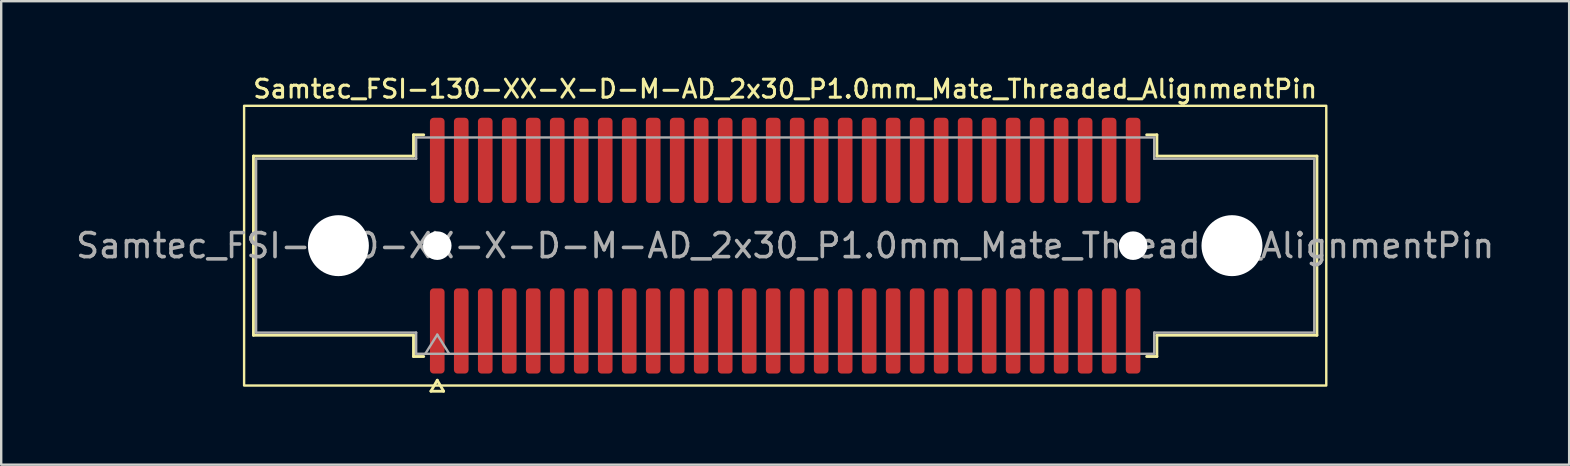
<source format=kicad_pcb>
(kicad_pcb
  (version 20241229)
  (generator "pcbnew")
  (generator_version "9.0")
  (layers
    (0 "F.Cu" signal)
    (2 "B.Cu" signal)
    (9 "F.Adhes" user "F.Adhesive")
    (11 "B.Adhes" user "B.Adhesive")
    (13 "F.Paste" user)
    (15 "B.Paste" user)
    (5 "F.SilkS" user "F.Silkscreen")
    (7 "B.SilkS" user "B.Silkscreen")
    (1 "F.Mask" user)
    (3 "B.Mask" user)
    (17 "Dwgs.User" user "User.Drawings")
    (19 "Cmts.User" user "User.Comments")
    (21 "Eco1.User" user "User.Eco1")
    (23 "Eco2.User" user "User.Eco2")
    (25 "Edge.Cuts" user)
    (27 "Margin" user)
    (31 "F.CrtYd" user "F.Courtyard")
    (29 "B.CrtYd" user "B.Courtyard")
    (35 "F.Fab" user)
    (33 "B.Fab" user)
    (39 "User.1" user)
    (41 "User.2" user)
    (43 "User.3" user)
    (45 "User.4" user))
  (footprint "Samtec_FSI-130-XX-X-D-M-AD_2x30_P1.0mm_Mate_Threaded_AlignmentPin"
    (layer "F.Cu")
    (at 29.673 7.188)
    (property "Reference" "Samtec_FSI-130-XX-X-D-M-AD_2x30_P1.0mm_Mate_Threaded_AlignmentPin" (at 0 -6.53 0) (layer "F.SilkS") (effects (font (size 0.75 0.75) (thickness 0.125))))
    (attr exclude_from_pos_files exclude_from_bom)
    (fp_line (start -22.16 -3.733) (end -15.49 -3.733) (stroke (width 0.12) (type solid)) (layer "F.SilkS"))
    (fp_line (start -22.16 3.733) (end -22.16 -3.733) (stroke (width 0.12) (type solid)) (layer "F.SilkS"))
    (fp_line (start -15.49 -4.619) (end -15.065 -4.619) (stroke (width 0.12) (type solid)) (layer "F.SilkS"))
    (fp_line (start -15.49 -3.733) (end -15.49 -4.619) (stroke (width 0.12) (type solid)) (layer "F.SilkS"))
    (fp_line (start -15.49 3.733) (end -22.16 3.733) (stroke (width 0.12) (type solid)) (layer "F.SilkS"))
    (fp_line (start -15.49 4.619) (end -15.49 3.733) (stroke (width 0.12) (type solid)) (layer "F.SilkS"))
    (fp_line (start -15.065 4.619) (end -15.49 4.619) (stroke (width 0.12) (type solid)) (layer "F.SilkS"))
    (fp_line (start -14.764 6.066) (end -14.5 5.609) (stroke (width 0.12) (type solid)) (layer "F.SilkS"))
    (fp_line (start -14.5 5.609) (end -14.236 6.066) (stroke (width 0.12) (type solid)) (layer "F.SilkS"))
    (fp_line (start -14.236 6.066) (end -14.764 6.066) (stroke (width 0.12) (type solid)) (layer "F.SilkS"))
    (fp_line (start 15.065 -4.619) (end 15.49 -4.619) (stroke (width 0.12) (type solid)) (layer "F.SilkS"))
    (fp_line (start 15.49 -4.619) (end 15.49 -3.733) (stroke (width 0.12) (type solid)) (layer "F.SilkS"))
    (fp_line (start 15.49 -3.733) (end 22.16 -3.733) (stroke (width 0.12) (type solid)) (layer "F.SilkS"))
    (fp_line (start 15.49 3.733) (end 15.49 4.619) (stroke (width 0.12) (type solid)) (layer "F.SilkS"))
    (fp_line (start 15.49 4.619) (end 15.065 4.619) (stroke (width 0.12) (type solid)) (layer "F.SilkS"))
    (fp_line (start 22.16 -3.733) (end 22.16 3.733) (stroke (width 0.12) (type solid)) (layer "F.SilkS"))
    (fp_line (start 22.16 3.733) (end 15.49 3.733) (stroke (width 0.12) (type solid)) (layer "F.SilkS"))
    (fp_rect (start -22.55 -5.83) (end 22.55 5.83) (stroke (width 0.1) (type solid)) (fill no) (layer "F.SilkS"))
    (fp_line (start -22.05 -3.623) (end -15.38 -3.623) (stroke (width 0.1) (type solid)) (layer "F.Fab"))
    (fp_line (start -22.05 3.623) (end -22.05 -3.623) (stroke (width 0.1) (type solid)) (layer "F.Fab"))
    (fp_line (start -15.38 -4.508) (end 15.38 -4.508) (stroke (width 0.1) (type solid)) (layer "F.Fab"))
    (fp_line (start -15.38 -3.623) (end -15.38 -4.508) (stroke (width 0.1) (type solid)) (layer "F.Fab"))
    (fp_line (start -15.38 3.623) (end -22.05 3.623) (stroke (width 0.1) (type solid)) (layer "F.Fab"))
    (fp_line (start -15.38 4.508) (end -15.38 3.623) (stroke (width 0.1) (type solid)) (layer "F.Fab"))
    (fp_line (start -15 4.508) (end -14.5 3.708) (stroke (width 0.1) (type solid)) (layer "F.Fab"))
    (fp_line (start -14.5 3.708) (end -14 4.508) (stroke (width 0.1) (type solid)) (layer "F.Fab"))
    (fp_line (start 15.38 -4.508) (end 15.38 -3.623) (stroke (width 0.1) (type solid)) (layer "F.Fab"))
    (fp_line (start 15.38 -3.623) (end 22.05 -3.623) (stroke (width 0.1) (type solid)) (layer "F.Fab"))
    (fp_line (start 15.38 3.623) (end 15.38 4.508) (stroke (width 0.1) (type solid)) (layer "F.Fab"))
    (fp_line (start 15.38 4.508) (end -15.38 4.508) (stroke (width 0.1) (type solid)) (layer "F.Fab"))
    (fp_line (start 22.05 -3.623) (end 22.05 3.623) (stroke (width 0.1) (type solid)) (layer "F.Fab"))
    (fp_line (start 22.05 3.623) (end 15.38 3.623) (stroke (width 0.1) (type solid)) (layer "F.Fab"))
    (fp_text user "${REFERENCE}" (at 0 0 0) (layer "F.Fab") (effects (font (size 1 1) (thickness 0.15))))
    (pad "" np_thru_hole circle (at -18.62 0) (size 2.54 2.54) (drill 2.54) (layers "*.Cu" "*.Mask"))
    (pad "" np_thru_hole circle (at -14.5 0) (size 1.19 1.19) (drill 1.19) (layers "*.Cu" "*.Mask"))
    (pad "" np_thru_hole circle (at 14.5 0) (size 1.19 1.19) (drill 1.19) (layers "*.Cu" "*.Mask"))
    (pad "" np_thru_hole circle (at 18.62 0) (size 2.54 2.54) (drill 2.54) (layers "*.Cu" "*.Mask"))
    (pad "1" smd roundrect (at -14.5 3.555) (size 0.61 3.55) (layers "F.Cu" "F.Mask") (roundrect_rratio 0.25))
    (pad "2" smd roundrect (at -14.5 -3.555) (size 0.61 3.55) (layers "F.Cu" "F.Mask") (roundrect_rratio 0.25))
    (pad "3" smd roundrect (at -13.5 3.555) (size 0.61 3.55) (layers "F.Cu" "F.Mask") (roundrect_rratio 0.25))
    (pad "4" smd roundrect (at -13.5 -3.555) (size 0.61 3.55) (layers "F.Cu" "F.Mask") (roundrect_rratio 0.25))
    (pad "5" smd roundrect (at -12.5 3.555) (size 0.61 3.55) (layers "F.Cu" "F.Mask") (roundrect_rratio 0.25))
    (pad "6" smd roundrect (at -12.5 -3.555) (size 0.61 3.55) (layers "F.Cu" "F.Mask") (roundrect_rratio 0.25))
    (pad "7" smd roundrect (at -11.5 3.555) (size 0.61 3.55) (layers "F.Cu" "F.Mask") (roundrect_rratio 0.25))
    (pad "8" smd roundrect (at -11.5 -3.555) (size 0.61 3.55) (layers "F.Cu" "F.Mask") (roundrect_rratio 0.25))
    (pad "9" smd roundrect (at -10.5 3.555) (size 0.61 3.55) (layers "F.Cu" "F.Mask") (roundrect_rratio 0.25))
    (pad "10" smd roundrect (at -10.5 -3.555) (size 0.61 3.55) (layers "F.Cu" "F.Mask") (roundrect_rratio 0.25))
    (pad "11" smd roundrect (at -9.5 3.555) (size 0.61 3.55) (layers "F.Cu" "F.Mask") (roundrect_rratio 0.25))
    (pad "12" smd roundrect (at -9.5 -3.555) (size 0.61 3.55) (layers "F.Cu" "F.Mask") (roundrect_rratio 0.25))
    (pad "13" smd roundrect (at -8.5 3.555) (size 0.61 3.55) (layers "F.Cu" "F.Mask") (roundrect_rratio 0.25))
    (pad "14" smd roundrect (at -8.5 -3.555) (size 0.61 3.55) (layers "F.Cu" "F.Mask") (roundrect_rratio 0.25))
    (pad "15" smd roundrect (at -7.5 3.555) (size 0.61 3.55) (layers "F.Cu" "F.Mask") (roundrect_rratio 0.25))
    (pad "16" smd roundrect (at -7.5 -3.555) (size 0.61 3.55) (layers "F.Cu" "F.Mask") (roundrect_rratio 0.25))
    (pad "17" smd roundrect (at -6.5 3.555) (size 0.61 3.55) (layers "F.Cu" "F.Mask") (roundrect_rratio 0.25))
    (pad "18" smd roundrect (at -6.5 -3.555) (size 0.61 3.55) (layers "F.Cu" "F.Mask") (roundrect_rratio 0.25))
    (pad "19" smd roundrect (at -5.5 3.555) (size 0.61 3.55) (layers "F.Cu" "F.Mask") (roundrect_rratio 0.25))
    (pad "20" smd roundrect (at -5.5 -3.555) (size 0.61 3.55) (layers "F.Cu" "F.Mask") (roundrect_rratio 0.25))
    (pad "21" smd roundrect (at -4.5 3.555) (size 0.61 3.55) (layers "F.Cu" "F.Mask") (roundrect_rratio 0.25))
    (pad "22" smd roundrect (at -4.5 -3.555) (size 0.61 3.55) (layers "F.Cu" "F.Mask") (roundrect_rratio 0.25))
    (pad "23" smd roundrect (at -3.5 3.555) (size 0.61 3.55) (layers "F.Cu" "F.Mask") (roundrect_rratio 0.25))
    (pad "24" smd roundrect (at -3.5 -3.555) (size 0.61 3.55) (layers "F.Cu" "F.Mask") (roundrect_rratio 0.25))
    (pad "25" smd roundrect (at -2.5 3.555) (size 0.61 3.55) (layers "F.Cu" "F.Mask") (roundrect_rratio 0.25))
    (pad "26" smd roundrect (at -2.5 -3.555) (size 0.61 3.55) (layers "F.Cu" "F.Mask") (roundrect_rratio 0.25))
    (pad "27" smd roundrect (at -1.5 3.555) (size 0.61 3.55) (layers "F.Cu" "F.Mask") (roundrect_rratio 0.25))
    (pad "28" smd roundrect (at -1.5 -3.555) (size 0.61 3.55) (layers "F.Cu" "F.Mask") (roundrect_rratio 0.25))
    (pad "29" smd roundrect (at -0.5 3.555) (size 0.61 3.55) (layers "F.Cu" "F.Mask") (roundrect_rratio 0.25))
    (pad "30" smd roundrect (at -0.5 -3.555) (size 0.61 3.55) (layers "F.Cu" "F.Mask") (roundrect_rratio 0.25))
    (pad "31" smd roundrect (at 0.5 3.555) (size 0.61 3.55) (layers "F.Cu" "F.Mask") (roundrect_rratio 0.25))
    (pad "32" smd roundrect (at 0.5 -3.555) (size 0.61 3.55) (layers "F.Cu" "F.Mask") (roundrect_rratio 0.25))
    (pad "33" smd roundrect (at 1.5 3.555) (size 0.61 3.55) (layers "F.Cu" "F.Mask") (roundrect_rratio 0.25))
    (pad "34" smd roundrect (at 1.5 -3.555) (size 0.61 3.55) (layers "F.Cu" "F.Mask") (roundrect_rratio 0.25))
    (pad "35" smd roundrect (at 2.5 3.555) (size 0.61 3.55) (layers "F.Cu" "F.Mask") (roundrect_rratio 0.25))
    (pad "36" smd roundrect (at 2.5 -3.555) (size 0.61 3.55) (layers "F.Cu" "F.Mask") (roundrect_rratio 0.25))
    (pad "37" smd roundrect (at 3.5 3.555) (size 0.61 3.55) (layers "F.Cu" "F.Mask") (roundrect_rratio 0.25))
    (pad "38" smd roundrect (at 3.5 -3.555) (size 0.61 3.55) (layers "F.Cu" "F.Mask") (roundrect_rratio 0.25))
    (pad "39" smd roundrect (at 4.5 3.555) (size 0.61 3.55) (layers "F.Cu" "F.Mask") (roundrect_rratio 0.25))
    (pad "40" smd roundrect (at 4.5 -3.555) (size 0.61 3.55) (layers "F.Cu" "F.Mask") (roundrect_rratio 0.25))
    (pad "41" smd roundrect (at 5.5 3.555) (size 0.61 3.55) (layers "F.Cu" "F.Mask") (roundrect_rratio 0.25))
    (pad "42" smd roundrect (at 5.5 -3.555) (size 0.61 3.55) (layers "F.Cu" "F.Mask") (roundrect_rratio 0.25))
    (pad "43" smd roundrect (at 6.5 3.555) (size 0.61 3.55) (layers "F.Cu" "F.Mask") (roundrect_rratio 0.25))
    (pad "44" smd roundrect (at 6.5 -3.555) (size 0.61 3.55) (layers "F.Cu" "F.Mask") (roundrect_rratio 0.25))
    (pad "45" smd roundrect (at 7.5 3.555) (size 0.61 3.55) (layers "F.Cu" "F.Mask") (roundrect_rratio 0.25))
    (pad "46" smd roundrect (at 7.5 -3.555) (size 0.61 3.55) (layers "F.Cu" "F.Mask") (roundrect_rratio 0.25))
    (pad "47" smd roundrect (at 8.5 3.555) (size 0.61 3.55) (layers "F.Cu" "F.Mask") (roundrect_rratio 0.25))
    (pad "48" smd roundrect (at 8.5 -3.555) (size 0.61 3.55) (layers "F.Cu" "F.Mask") (roundrect_rratio 0.25))
    (pad "49" smd roundrect (at 9.5 3.555) (size 0.61 3.55) (layers "F.Cu" "F.Mask") (roundrect_rratio 0.25))
    (pad "50" smd roundrect (at 9.5 -3.555) (size 0.61 3.55) (layers "F.Cu" "F.Mask") (roundrect_rratio 0.25))
    (pad "51" smd roundrect (at 10.5 3.555) (size 0.61 3.55) (layers "F.Cu" "F.Mask") (roundrect_rratio 0.25))
    (pad "52" smd roundrect (at 10.5 -3.555) (size 0.61 3.55) (layers "F.Cu" "F.Mask") (roundrect_rratio 0.25))
    (pad "53" smd roundrect (at 11.5 3.555) (size 0.61 3.55) (layers "F.Cu" "F.Mask") (roundrect_rratio 0.25))
    (pad "54" smd roundrect (at 11.5 -3.555) (size 0.61 3.55) (layers "F.Cu" "F.Mask") (roundrect_rratio 0.25))
    (pad "55" smd roundrect (at 12.5 3.555) (size 0.61 3.55) (layers "F.Cu" "F.Mask") (roundrect_rratio 0.25))
    (pad "56" smd roundrect (at 12.5 -3.555) (size 0.61 3.55) (layers "F.Cu" "F.Mask") (roundrect_rratio 0.25))
    (pad "57" smd roundrect (at 13.5 3.555) (size 0.61 3.55) (layers "F.Cu" "F.Mask") (roundrect_rratio 0.25))
    (pad "58" smd roundrect (at 13.5 -3.555) (size 0.61 3.55) (layers "F.Cu" "F.Mask") (roundrect_rratio 0.25))
    (pad "59" smd roundrect (at 14.5 3.555) (size 0.61 3.55) (layers "F.Cu" "F.Mask") (roundrect_rratio 0.25))
    (pad "60" smd roundrect (at 14.5 -3.555) (size 0.61 3.55) (layers "F.Cu" "F.Mask") (roundrect_rratio 0.25)))
  (gr_rect
    (start -3 -3)
    (end 62.345 16.314)
    (stroke (width 0.1) (type default))
    (fill no)
    (layer "Edge.Cuts")))
</source>
